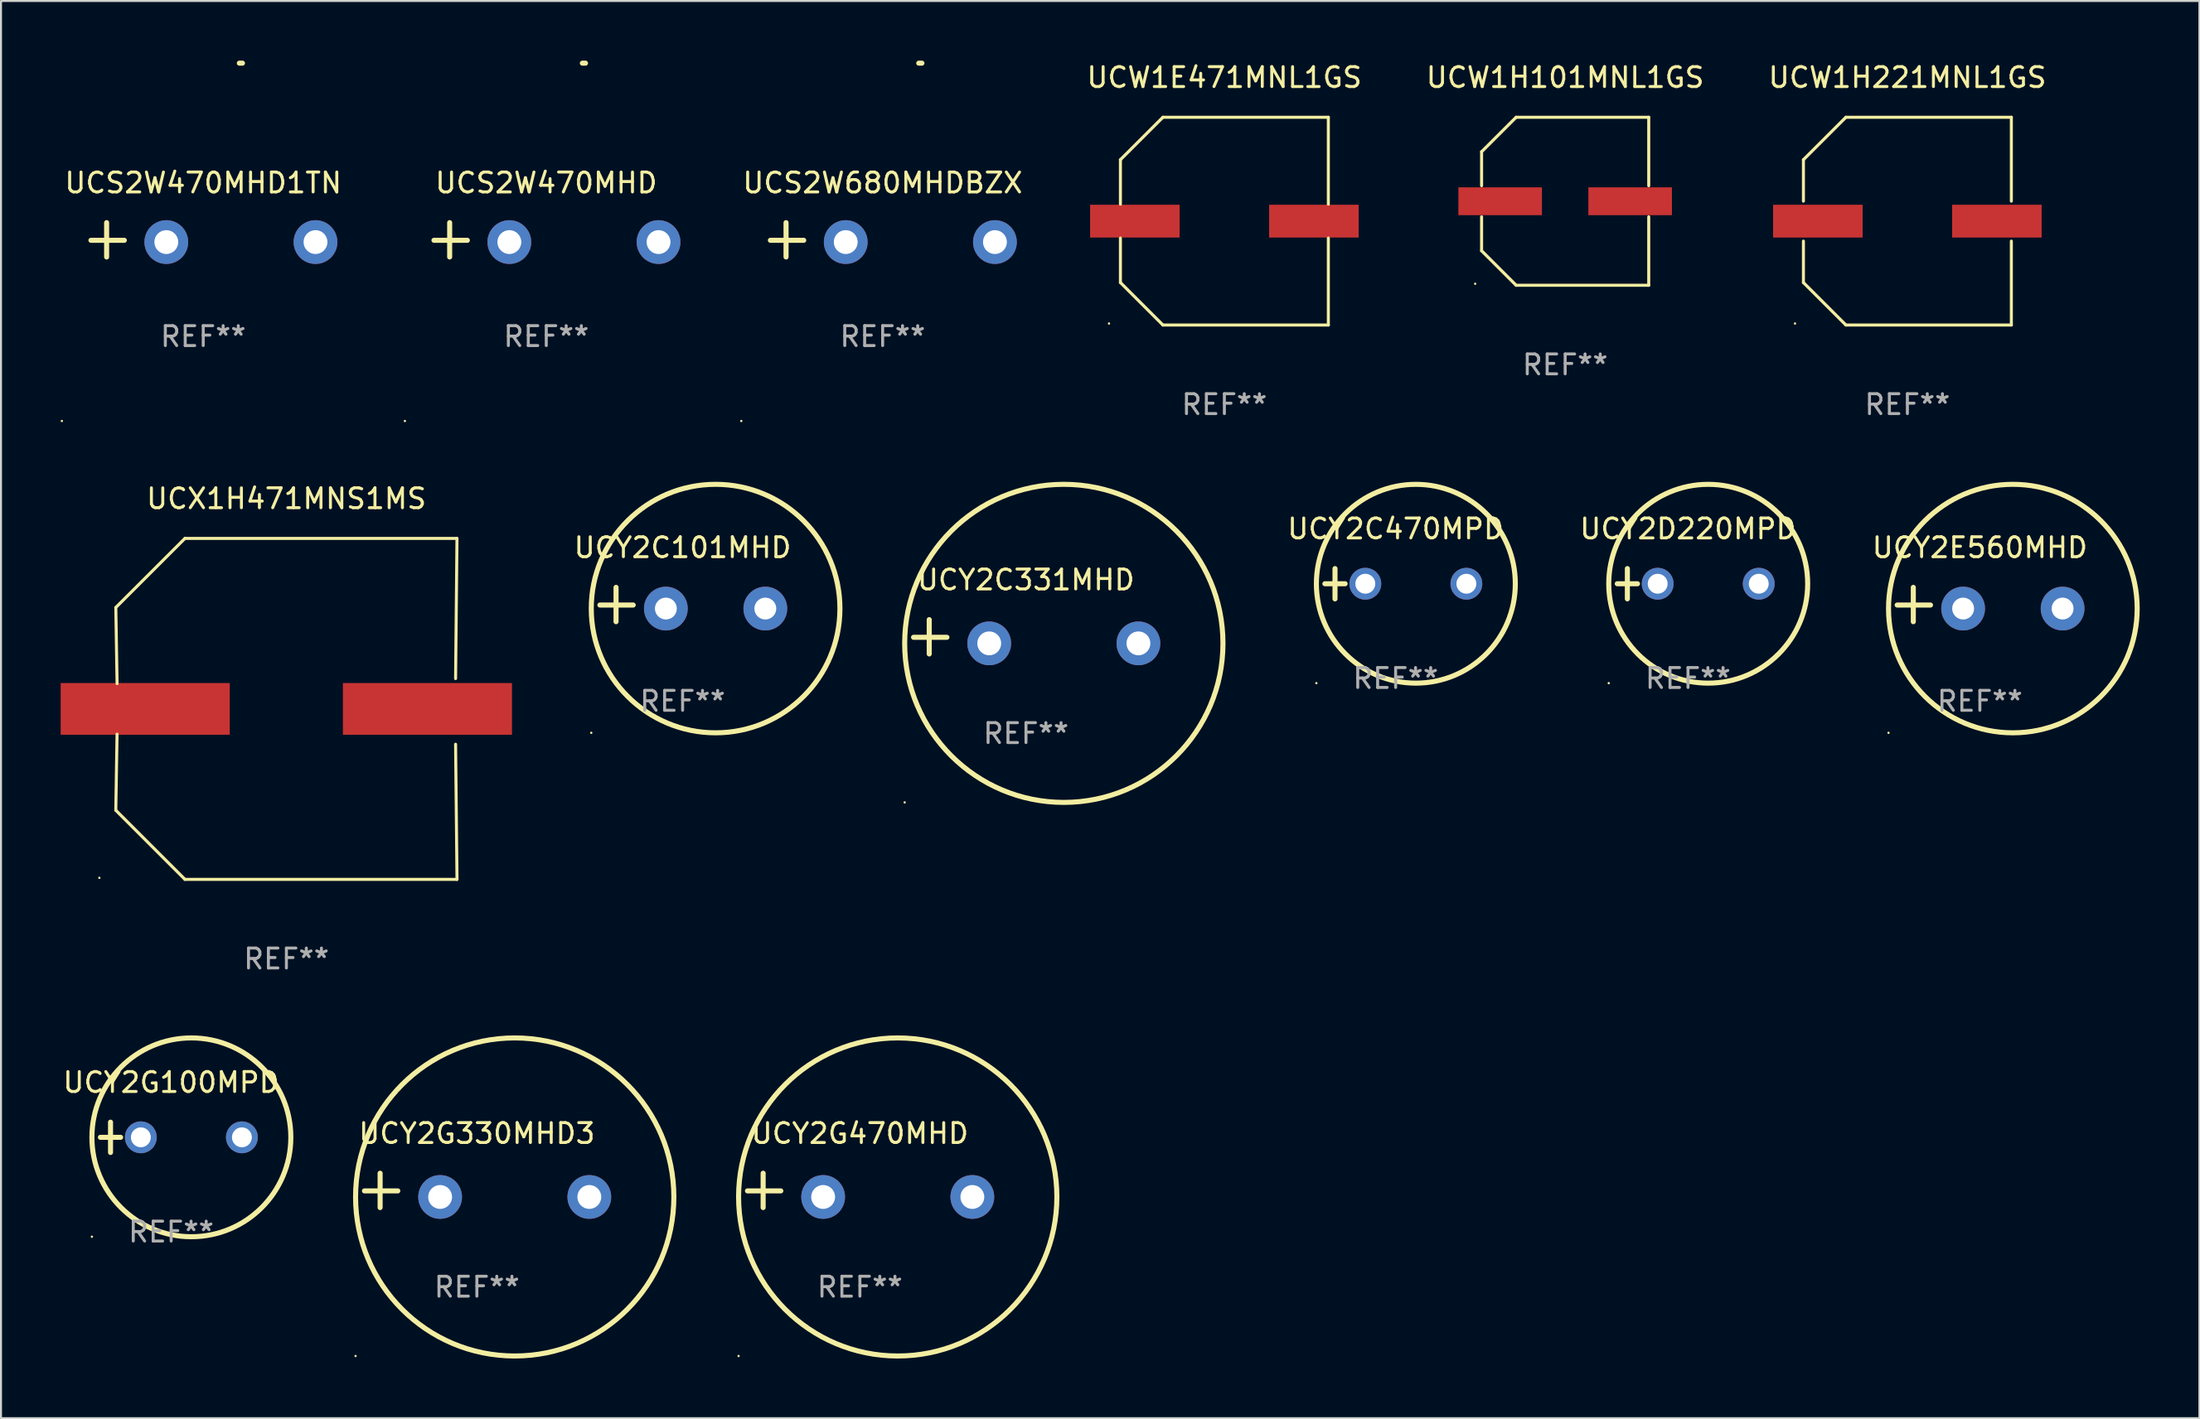
<source format=kicad_pcb>
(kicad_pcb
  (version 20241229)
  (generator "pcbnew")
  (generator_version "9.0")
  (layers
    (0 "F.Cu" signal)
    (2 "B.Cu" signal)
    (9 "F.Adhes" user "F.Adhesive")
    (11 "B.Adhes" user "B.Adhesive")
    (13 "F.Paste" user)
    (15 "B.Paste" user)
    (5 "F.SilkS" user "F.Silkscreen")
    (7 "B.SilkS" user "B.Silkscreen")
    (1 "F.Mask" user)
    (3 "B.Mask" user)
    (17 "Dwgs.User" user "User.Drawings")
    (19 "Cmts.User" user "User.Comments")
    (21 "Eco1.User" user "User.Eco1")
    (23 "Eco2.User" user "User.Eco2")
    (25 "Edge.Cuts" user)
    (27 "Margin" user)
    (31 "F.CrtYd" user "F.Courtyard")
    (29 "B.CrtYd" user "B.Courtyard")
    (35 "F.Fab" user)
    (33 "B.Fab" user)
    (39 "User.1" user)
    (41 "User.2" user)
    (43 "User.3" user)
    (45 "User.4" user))
  (footprint "UCY2D220MPD"
    (layer "F.Cu")
    (at 81.804 26.314)
    (property "Reference" "UCY2D220MPD" (at 0 -2.762 0) (layer "F.SilkS") (effects (font (size 1 1) (thickness 0.15))))
    (attr through_hole)
    (fp_line (start -3.556 0) (end -2.54 0) (stroke (width 0.254) (type solid)) (layer "F.SilkS"))
    (fp_line (start -3.048 -0.762) (end -3.048 0.762) (stroke (width 0.254) (type solid)) (layer "F.SilkS"))
    (fp_circle (center -3.984 5) (end -3.954 5) (stroke (width 0.06) (type solid)) (fill no) (layer "F.SilkS"))
    (fp_circle (center 1.016 0) (end 6.016 0) (stroke (width 0.254) (type solid)) (fill no) (layer "F.SilkS"))
    (fp_text user "REF**" (at 0 4.762 0) (layer "F.Fab") (effects (font (size 1 1) (thickness 0.15))))
    (pad "1" thru_hole circle (at -1.524 0) (size 1.6 1.6) (drill 1) (layers "*.Cu" "*.Mask"))
    (pad "2" thru_hole circle (at 3.556 0) (size 1.6 1.6) (drill 1) (layers "*.Cu" "*.Mask")))
  (footprint "UCY2C331MHD"
    (layer "F.Cu")
    (at 48.525 28.983)
    (property "Reference" "UCY2C331MHD" (at 0 -2.864 0) (layer "F.SilkS") (effects (font (size 1 1) (thickness 0.15))))
    (attr through_hole)
    (fp_line (start -4.864 0.864) (end -4.864 -0.864) (stroke (width 0.254) (type solid)) (layer "F.SilkS"))
    (fp_line (start -3.975 0.025) (end -5.652 0.025) (stroke (width 0.254) (type solid)) (layer "F.SilkS"))
    (fp_circle (center -6.098 8.33) (end -6.068 8.33) (stroke (width 0.06) (type solid)) (fill no) (layer "F.SilkS"))
    (fp_circle (center 1.902 0.33) (end 9.902 0.33) (stroke (width 0.254) (type solid)) (fill no) (layer "F.SilkS"))
    (fp_text user "REF**" (at 0 4.864 0) (layer "F.Fab") (effects (font (size 1 1) (thickness 0.15))))
    (pad "1" thru_hole circle (at -1.848 0.33) (size 2.2 2.2) (drill 1.2) (layers "*.Cu" "*.Mask"))
    (pad "2" thru_hole circle (at 5.652 0.33) (size 2.2 2.2) (drill 1.2) (layers "*.Cu" "*.Mask")))
  (footprint "UCW1E471MNL1GS"
    (layer "F.Cu")
    (at 58.498 8.074)
    (property "Reference" "UCW1E471MNL1GS" (at 0 -7.226 0) (layer "F.SilkS") (effects (font (size 1 1) (thickness 0.15))))
    (attr through_hole)
    (fp_line (start -5.226 -3.09) (end -5.226 -0.852) (stroke (width 0.152) (type solid)) (layer "F.SilkS"))
    (fp_line (start -5.226 3.09) (end -5.226 0.852) (stroke (width 0.152) (type solid)) (layer "F.SilkS"))
    (fp_line (start -3.09 -5.226) (end -5.226 -3.09) (stroke (width 0.152) (type solid)) (layer "F.SilkS"))
    (fp_line (start -3.09 5.226) (end -5.226 3.09) (stroke (width 0.152) (type solid)) (layer "F.SilkS"))
    (fp_line (start 5.226 -5.226) (end -3.09 -5.226) (stroke (width 0.152) (type solid)) (layer "F.SilkS"))
    (fp_line (start 5.226 -0.852) (end 5.226 -5.226) (stroke (width 0.152) (type solid)) (layer "F.SilkS"))
    (fp_line (start 5.226 0.852) (end 5.226 5.226) (stroke (width 0.152) (type solid)) (layer "F.SilkS"))
    (fp_line (start 5.226 5.226) (end -3.09 5.226) (stroke (width 0.152) (type solid)) (layer "F.SilkS"))
    (fp_circle (center -5.8 5.15) (end -5.77 5.15) (stroke (width 0.06) (type solid)) (fill no) (layer "F.SilkS"))
    (fp_text user "REF**" (at 0 9.226 0) (layer "F.Fab") (effects (font (size 1 1) (thickness 0.15))))
    (pad "1" smd rect (at -4.5 0) (size 4.5 1.65) (layers "F.Cu" "F.Mask" "F.Paste"))
    (pad "2" smd rect (at 4.5 0) (size 4.5 1.65) (layers "F.Cu" "F.Mask" "F.Paste")))
  (footprint "UCW1H221MNL1GS"
    (layer "F.Cu")
    (at 92.832 8.074)
    (property "Reference" "UCW1H221MNL1GS" (at 0 -7.226 0) (layer "F.SilkS") (effects (font (size 1 1) (thickness 0.15))))
    (attr through_hole)
    (fp_line (start -5.226 -3.09) (end -5.226 -1.005) (stroke (width 0.152) (type solid)) (layer "F.SilkS"))
    (fp_line (start -5.226 1.005) (end -5.226 3.09) (stroke (width 0.152) (type solid)) (layer "F.SilkS"))
    (fp_line (start -3.09 -5.226) (end -5.226 -3.09) (stroke (width 0.152) (type solid)) (layer "F.SilkS"))
    (fp_line (start -3.09 5.226) (end -5.226 3.09) (stroke (width 0.152) (type solid)) (layer "F.SilkS"))
    (fp_line (start 5.226 -5.226) (end -3.09 -5.226) (stroke (width 0.152) (type solid)) (layer "F.SilkS"))
    (fp_line (start 5.226 -1.005) (end 5.226 -5.226) (stroke (width 0.152) (type solid)) (layer "F.SilkS"))
    (fp_line (start 5.226 5.226) (end -3.09 5.226) (stroke (width 0.152) (type solid)) (layer "F.SilkS"))
    (fp_line (start 5.226 5.226) (end 5.226 1.005) (stroke (width 0.152) (type solid)) (layer "F.SilkS"))
    (fp_circle (center -5.65 5.15) (end -5.62 5.15) (stroke (width 0.06) (type solid)) (fill no) (layer "F.SilkS"))
    (fp_text user "REF**" (at 0 9.226 0) (layer "F.Fab") (effects (font (size 1 1) (thickness 0.15))))
    (pad "1" smd rect (at -4.5 0) (size 4.5 1.65) (layers "F.Cu" "F.Mask" "F.Paste"))
    (pad "2" smd rect (at 4.5 0) (size 4.5 1.65) (layers "F.Cu" "F.Mask" "F.Paste")))
  (footprint "UCY2G470MHD"
    (layer "F.Cu")
    (at 40.176 56.831)
    (property "Reference" "UCY2G470MHD" (at 0 -2.864 0) (layer "F.SilkS") (effects (font (size 1 1) (thickness 0.15))))
    (attr through_hole)
    (fp_line (start -4.864 0.864) (end -4.864 -0.864) (stroke (width 0.254) (type solid)) (layer "F.SilkS"))
    (fp_line (start -3.975 0.025) (end -5.652 0.025) (stroke (width 0.254) (type solid)) (layer "F.SilkS"))
    (fp_circle (center -6.098 8.33) (end -6.068 8.33) (stroke (width 0.06) (type solid)) (fill no) (layer "F.SilkS"))
    (fp_circle (center 1.902 0.33) (end 9.902 0.33) (stroke (width 0.254) (type solid)) (fill no) (layer "F.SilkS"))
    (fp_text user "REF**" (at 0 4.864 0) (layer "F.Fab") (effects (font (size 1 1) (thickness 0.15))))
    (pad "1" thru_hole circle (at -1.848 0.33) (size 2.2 2.2) (drill 1.2) (layers "*.Cu" "*.Mask"))
    (pad "2" thru_hole circle (at 5.652 0.33) (size 2.2 2.2) (drill 1.2) (layers "*.Cu" "*.Mask")))
  (footprint "UCS2W470MHD1TN"
    (layer "F.Cu")
    (at 7.166 9.013)
    (property "Reference" "UCS2W470MHD1TN" (at 0 -2.864 0) (layer "F.SilkS") (effects (font (size 1 1) (thickness 0.15))))
    (attr through_hole)
    (fp_line (start -4.856 0.864) (end -4.856 -0.864) (stroke (width 0.254) (type solid)) (layer "F.SilkS"))
    (fp_line (start -3.967 0.025) (end -5.644 0.025) (stroke (width 0.254) (type solid)) (layer "F.SilkS"))
    (fp_arc (start 1.815024 -8.885649) (mid 1.893764 -8.88599) (end 1.972504 -8.885649) (stroke (width 0.254001) (type solid)) (layer "F.SilkS"))
    (fp_circle (center -7.106 9.114) (end -7.076 9.114) (stroke (width 0.06) (type solid)) (fill no) (layer "F.SilkS"))
    (fp_text user "REF**" (at 0 4.864 0) (layer "F.Fab") (effects (font (size 1 1) (thickness 0.15))))
    (pad "1" thru_hole circle (at -1.856 0.114) (size 2.2 2.2) (drill 1.2) (layers "*.Cu" "*.Mask"))
    (pad "2" thru_hole circle (at 5.644 0.114) (size 2.2 2.2) (drill 1.2) (layers "*.Cu" "*.Mask")))
  (footprint "UCS2W680MHDBZX"
    (layer "F.Cu")
    (at 41.32 9.013)
    (property "Reference" "UCS2W680MHDBZX" (at 0 -2.864 0) (layer "F.SilkS") (effects (font (size 1 1) (thickness 0.15))))
    (attr through_hole)
    (fp_line (start -4.856 0.864) (end -4.856 -0.864) (stroke (width 0.254) (type solid)) (layer "F.SilkS"))
    (fp_line (start -3.967 0.025) (end -5.644 0.025) (stroke (width 0.254) (type solid)) (layer "F.SilkS"))
    (fp_arc (start 1.815024 -8.885649) (mid 1.893764 -8.88599) (end 1.972504 -8.885649) (stroke (width 0.254001) (type solid)) (layer "F.SilkS"))
    (fp_circle (center -7.106 9.114) (end -7.076 9.114) (stroke (width 0.06) (type solid)) (fill no) (layer "F.SilkS"))
    (fp_text user "REF**" (at 0 4.864 0) (layer "F.Fab") (effects (font (size 1 1) (thickness 0.15))))
    (pad "1" thru_hole circle (at -1.856 0.114) (size 2.2 2.2) (drill 1.2) (layers "*.Cu" "*.Mask"))
    (pad "2" thru_hole circle (at 5.644 0.114) (size 2.2 2.2) (drill 1.2) (layers "*.Cu" "*.Mask")))
  (footprint "UCY2C101MHD"
    (layer "F.Cu")
    (at 31.264 27.36)
    (property "Reference" "UCY2C101MHD" (at 0 -2.864 0) (layer "F.SilkS") (effects (font (size 1 1) (thickness 0.15))))
    (attr through_hole)
    (fp_line (start -3.346 0.864) (end -3.346 -0.864) (stroke (width 0.254) (type solid)) (layer "F.SilkS"))
    (fp_line (start -2.482 0.025) (end -4.158 0.025) (stroke (width 0.254) (type solid)) (layer "F.SilkS"))
    (fp_circle (center -4.592 6.453) (end -4.562 6.453) (stroke (width 0.06) (type solid)) (fill no) (layer "F.SilkS"))
    (fp_circle (center 1.658 0.203) (end 7.908 0.203) (stroke (width 0.254) (type solid)) (fill no) (layer "F.SilkS"))
    (fp_text user "REF**" (at 0 4.864 0) (layer "F.Fab") (effects (font (size 1 1) (thickness 0.15))))
    (pad "1" thru_hole circle (at -0.842 0.203) (size 2.2 2.2) (drill 1.1) (layers "*.Cu" "*.Mask"))
    (pad "2" thru_hole circle (at 4.158 0.203) (size 2.2 2.2) (drill 1.1) (layers "*.Cu" "*.Mask")))
  (footprint "UCW1H101MNL1GS"
    (layer "F.Cu")
    (at 75.629 7.074)
    (property "Reference" "UCW1H101MNL1GS" (at 0 -6.226 0) (layer "F.SilkS") (effects (font (size 1 1) (thickness 0.15))))
    (attr through_hole)
    (fp_line (start -4.201 -2.49) (end -4.201 -0.782) (stroke (width 0.152) (type solid)) (layer "F.SilkS"))
    (fp_line (start -4.201 2.49) (end -4.201 0.782) (stroke (width 0.152) (type solid)) (layer "F.SilkS"))
    (fp_line (start -2.465 -4.226) (end -4.201 -2.49) (stroke (width 0.152) (type solid)) (layer "F.SilkS"))
    (fp_line (start -2.465 4.226) (end -4.201 2.49) (stroke (width 0.152) (type solid)) (layer "F.SilkS"))
    (fp_line (start 4.201 -4.226) (end -2.465 -4.226) (stroke (width 0.152) (type solid)) (layer "F.SilkS"))
    (fp_line (start 4.201 -0.782) (end 4.201 -4.226) (stroke (width 0.152) (type solid)) (layer "F.SilkS"))
    (fp_line (start 4.201 0.782) (end 4.201 4.226) (stroke (width 0.152) (type solid)) (layer "F.SilkS"))
    (fp_line (start 4.201 4.226) (end -2.465 4.226) (stroke (width 0.152) (type solid)) (layer "F.SilkS"))
    (fp_circle (center -4.524 4.15) (end -4.494 4.15) (stroke (width 0.06) (type solid)) (fill no) (layer "F.SilkS"))
    (fp_text user "REF**" (at 0 8.226 0) (layer "F.Fab") (effects (font (size 1 1) (thickness 0.15))))
    (pad "1" smd rect (at -3.267 0) (size 4.2 1.4) (layers "F.Cu" "F.Mask" "F.Paste"))
    (pad "2" smd rect (at 3.267 0) (size 4.2 1.4) (layers "F.Cu" "F.Mask" "F.Paste")))
  (footprint "UCY2G100MPD"
    (layer "F.Cu")
    (at 5.554 54.161)
    (property "Reference" "UCY2G100MPD" (at 0 -2.762 0) (layer "F.SilkS") (effects (font (size 1 1) (thickness 0.15))))
    (attr through_hole)
    (fp_line (start -3.556 0) (end -2.54 0) (stroke (width 0.254) (type solid)) (layer "F.SilkS"))
    (fp_line (start -3.048 -0.762) (end -3.048 0.762) (stroke (width 0.254) (type solid)) (layer "F.SilkS"))
    (fp_circle (center -3.984 5) (end -3.954 5) (stroke (width 0.06) (type solid)) (fill no) (layer "F.SilkS"))
    (fp_circle (center 1.016 0) (end 6.016 0) (stroke (width 0.254) (type solid)) (fill no) (layer "F.SilkS"))
    (fp_text user "REF**" (at 0 4.762 0) (layer "F.Fab") (effects (font (size 1 1) (thickness 0.15))))
    (pad "1" thru_hole circle (at -1.524 0) (size 1.6 1.6) (drill 1) (layers "*.Cu" "*.Mask"))
    (pad "2" thru_hole circle (at 3.556 0) (size 1.6 1.6) (drill 1) (layers "*.Cu" "*.Mask")))
  (footprint "UCY2E560MHD"
    (layer "F.Cu")
    (at 96.476 27.36)
    (property "Reference" "UCY2E560MHD" (at 0 -2.864 0) (layer "F.SilkS") (effects (font (size 1 1) (thickness 0.15))))
    (attr through_hole)
    (fp_line (start -3.346 0.864) (end -3.346 -0.864) (stroke (width 0.254) (type solid)) (layer "F.SilkS"))
    (fp_line (start -2.482 0.025) (end -4.158 0.025) (stroke (width 0.254) (type solid)) (layer "F.SilkS"))
    (fp_circle (center -4.592 6.453) (end -4.562 6.453) (stroke (width 0.06) (type solid)) (fill no) (layer "F.SilkS"))
    (fp_circle (center 1.658 0.203) (end 7.908 0.203) (stroke (width 0.254) (type solid)) (fill no) (layer "F.SilkS"))
    (fp_text user "REF**" (at 0 4.864 0) (layer "F.Fab") (effects (font (size 1 1) (thickness 0.15))))
    (pad "1" thru_hole circle (at -0.842 0.203) (size 2.2 2.2) (drill 1.1) (layers "*.Cu" "*.Mask"))
    (pad "2" thru_hole circle (at 4.158 0.203) (size 2.2 2.2) (drill 1.1) (layers "*.Cu" "*.Mask")))
  (footprint "UCY2C470MPD"
    (layer "F.Cu")
    (at 67.107 26.314)
    (property "Reference" "UCY2C470MPD" (at 0 -2.762 0) (layer "F.SilkS") (effects (font (size 1 1) (thickness 0.15))))
    (attr through_hole)
    (fp_line (start -3.556 0) (end -2.54 0) (stroke (width 0.254) (type solid)) (layer "F.SilkS"))
    (fp_line (start -3.048 -0.762) (end -3.048 0.762) (stroke (width 0.254) (type solid)) (layer "F.SilkS"))
    (fp_circle (center -3.984 5) (end -3.954 5) (stroke (width 0.06) (type solid)) (fill no) (layer "F.SilkS"))
    (fp_circle (center 1.016 0) (end 6.016 0) (stroke (width 0.254) (type solid)) (fill no) (layer "F.SilkS"))
    (fp_text user "REF**" (at 0 4.762 0) (layer "F.Fab") (effects (font (size 1 1) (thickness 0.15))))
    (pad "1" thru_hole circle (at -1.524 0) (size 1.6 1.6) (drill 1) (layers "*.Cu" "*.Mask"))
    (pad "2" thru_hole circle (at 3.556 0) (size 1.6 1.6) (drill 1) (layers "*.Cu" "*.Mask")))
  (footprint "UCS2W470MHD"
    (layer "F.Cu")
    (at 24.41 9.013)
    (property "Reference" "UCS2W470MHD" (at 0 -2.864 0) (layer "F.SilkS") (effects (font (size 1 1) (thickness 0.15))))
    (attr through_hole)
    (fp_line (start -4.856 0.864) (end -4.856 -0.864) (stroke (width 0.254) (type solid)) (layer "F.SilkS"))
    (fp_line (start -3.967 0.025) (end -5.644 0.025) (stroke (width 0.254) (type solid)) (layer "F.SilkS"))
    (fp_arc (start 1.815024 -8.885649) (mid 1.893764 -8.88599) (end 1.972504 -8.885649) (stroke (width 0.254001) (type solid)) (layer "F.SilkS"))
    (fp_circle (center -7.106 9.114) (end -7.076 9.114) (stroke (width 0.06) (type solid)) (fill no) (layer "F.SilkS"))
    (fp_text user "REF**" (at 0 4.864 0) (layer "F.Fab") (effects (font (size 1 1) (thickness 0.15))))
    (pad "1" thru_hole circle (at -1.856 0.114) (size 2.2 2.2) (drill 1.2) (layers "*.Cu" "*.Mask"))
    (pad "2" thru_hole circle (at 5.644 0.114) (size 2.2 2.2) (drill 1.2) (layers "*.Cu" "*.Mask")))
  (footprint "UCY2G330MHD3"
    (layer "F.Cu")
    (at 20.922 56.831)
    (property "Reference" "UCY2G330MHD3" (at 0 -2.864 0) (layer "F.SilkS") (effects (font (size 1 1) (thickness 0.15))))
    (attr through_hole)
    (fp_line (start -4.864 0.864) (end -4.864 -0.864) (stroke (width 0.254) (type solid)) (layer "F.SilkS"))
    (fp_line (start -3.975 0.025) (end -5.652 0.025) (stroke (width 0.254) (type solid)) (layer "F.SilkS"))
    (fp_circle (center -6.098 8.33) (end -6.068 8.33) (stroke (width 0.06) (type solid)) (fill no) (layer "F.SilkS"))
    (fp_circle (center 1.902 0.33) (end 9.902 0.33) (stroke (width 0.254) (type solid)) (fill no) (layer "F.SilkS"))
    (fp_text user "REF**" (at 0 4.864 0) (layer "F.Fab") (effects (font (size 1 1) (thickness 0.15))))
    (pad "1" thru_hole circle (at -1.848 0.33) (size 2.2 2.2) (drill 1.2) (layers "*.Cu" "*.Mask"))
    (pad "2" thru_hole circle (at 5.652 0.33) (size 2.2 2.2) (drill 1.2) (layers "*.Cu" "*.Mask")))
  (footprint "UCX1H471MNS1MS"
    (layer "F.Cu")
    (at 11.347 32.61)
    (property "Reference" "UCX1H471MNS1MS" (at 0 -10.576 0) (layer "F.SilkS") (effects (font (size 1 1) (thickness 0.15))))
    (attr through_hole)
    (fp_line (start -8.576 5.099) (end -8.513 1.269) (stroke (width 0.152) (type solid)) (layer "F.SilkS"))
    (fp_line (start -8.575 -5.101) (end -8.512 -1.271) (stroke (width 0.152) (type solid)) (layer "F.SilkS"))
    (fp_line (start -5.1 -8.576) (end -8.575 -5.101) (stroke (width 0.152) (type solid)) (layer "F.SilkS"))
    (fp_line (start -5.1 8.576) (end -8.576 5.099) (stroke (width 0.152) (type solid)) (layer "F.SilkS"))
    (fp_line (start 8.505 -1.525) (end 8.575 -8.576) (stroke (width 0.152) (type solid)) (layer "F.SilkS"))
    (fp_line (start 8.505 1.777) (end 8.576 8.576) (stroke (width 0.152) (type solid)) (layer "F.SilkS"))
    (fp_line (start 8.575 -8.576) (end -5.1 -8.576) (stroke (width 0.152) (type solid)) (layer "F.SilkS"))
    (fp_line (start 8.576 8.576) (end -5.1 8.576) (stroke (width 0.152) (type solid)) (layer "F.SilkS"))
    (fp_circle (center -9.402 8.499) (end -9.372 8.499) (stroke (width 0.06) (type solid)) (fill no) (layer "F.SilkS"))
    (fp_text user "REF**" (at 0 12.576 0) (layer "F.Fab") (effects (font (size 1 1) (thickness 0.15))))
    (pad "1" smd rect (at -7.097 -0.001) (size 8.5 2.6) (layers "F.Cu" "F.Mask" "F.Paste"))
    (pad "2" smd rect (at 7.09 -0.001) (size 8.5 2.6) (layers "F.Cu" "F.Mask" "F.Paste")))
  (gr_rect
    (start -3 -3)
    (end 107.512 68.288)
    (stroke (width 0.1) (type default))
    (fill no)
    (layer "Edge.Cuts")))
</source>
